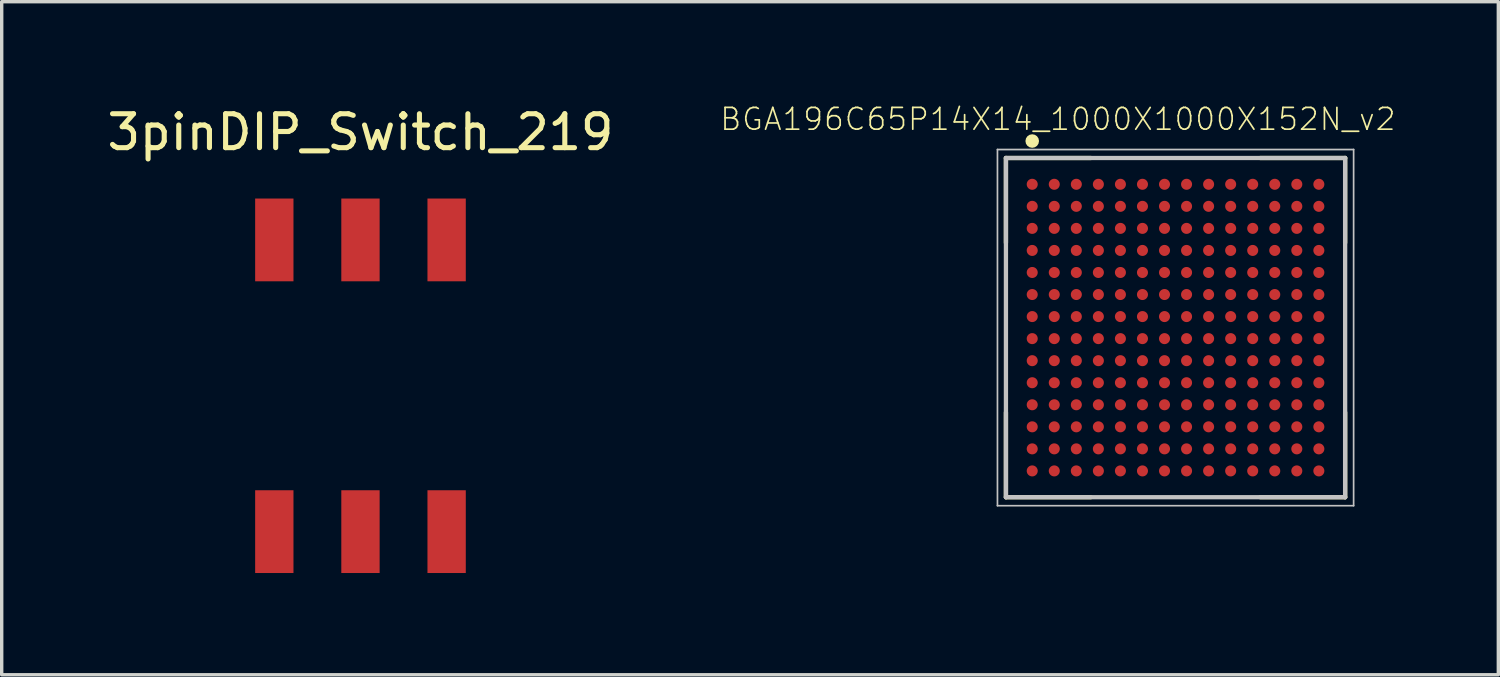
<source format=kicad_pcb>
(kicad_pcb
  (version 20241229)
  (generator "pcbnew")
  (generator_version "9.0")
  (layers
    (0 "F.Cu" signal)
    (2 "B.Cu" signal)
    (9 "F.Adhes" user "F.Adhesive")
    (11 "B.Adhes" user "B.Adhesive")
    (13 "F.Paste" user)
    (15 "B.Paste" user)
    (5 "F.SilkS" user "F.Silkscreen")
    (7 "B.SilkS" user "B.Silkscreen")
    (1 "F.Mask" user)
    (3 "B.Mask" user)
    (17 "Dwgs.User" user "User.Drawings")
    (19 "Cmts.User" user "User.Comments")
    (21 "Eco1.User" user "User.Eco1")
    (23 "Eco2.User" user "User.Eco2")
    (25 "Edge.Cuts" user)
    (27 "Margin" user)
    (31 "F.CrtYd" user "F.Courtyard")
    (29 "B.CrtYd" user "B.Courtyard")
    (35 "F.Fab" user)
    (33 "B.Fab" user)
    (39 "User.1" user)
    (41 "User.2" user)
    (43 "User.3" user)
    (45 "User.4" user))
  (footprint "3pinDIP_Switch_219"
    (layer "F.Cu")
    (at 7.577 8.468)
    (property "Reference" "3pinDIP_Switch_219" (at 0 -7.62 0) (layer "F.SilkS") (effects (font (size 1 1) (thickness 0.15))))
    (attr through_hole)
    (pad "1" smd rect (at -2.54 -4.445) (size 1.13 2.44) (layers "F.Cu" "F.Mask" "F.Paste"))
    (pad "2" smd rect (at 0 -4.445) (size 1.13 2.44) (layers "F.Cu" "F.Mask" "F.Paste"))
    (pad "3" smd rect (at 2.54 -4.445) (size 1.13 2.44) (layers "F.Cu" "F.Mask" "F.Paste"))
    (pad "4" smd rect (at -2.54 4.155) (size 1.13 2.44) (layers "F.Cu" "F.Mask" "F.Paste"))
    (pad "5" smd rect (at 0 4.155) (size 1.13 2.44) (layers "F.Cu" "F.Mask" "F.Paste"))
    (pad "6" smd rect (at 2.54 4.155) (size 1.13 2.44) (layers "F.Cu" "F.Mask" "F.Paste")))
  (footprint "BGA196C65P14X14_1000X1000X152N_v2"
    (layer "F.Cu")
    (at 31.606 6.608)
    (property "Reference" "BGA196C65P14X14_1000X1000X152N_v2" (at -3.467 -6.144 0) (layer "F.SilkS") (effects (font (size 0.642 0.642) (thickness 0.05))))
    (attr smd)
    (fp_line (start -5 -5) (end -5 -2.5) (stroke (width 0.127) (type solid)) (layer "F.SilkS"))
    (fp_line (start -5 -5) (end -2.5 -5) (stroke (width 0.127) (type solid)) (layer "F.SilkS"))
    (fp_line (start -5 5) (end -5 2.5) (stroke (width 0.127) (type solid)) (layer "F.SilkS"))
    (fp_line (start -2.5 5) (end -5 5) (stroke (width 0.127) (type solid)) (layer "F.SilkS"))
    (fp_line (start 2.5 -5) (end 5 -5) (stroke (width 0.127) (type solid)) (layer "F.SilkS"))
    (fp_line (start 5 -5) (end 5 -2.5) (stroke (width 0.127) (type solid)) (layer "F.SilkS"))
    (fp_line (start 5 2.5) (end 5 5) (stroke (width 0.127) (type solid)) (layer "F.SilkS"))
    (fp_line (start 5 5) (end 2.5 5) (stroke (width 0.127) (type solid)) (layer "F.SilkS"))
    (fp_circle (center -4.225 -5.5) (end -4.125 -5.5) (stroke (width 0.2) (type solid)) (fill no) (layer "F.SilkS"))
    (fp_line (start -5.25 -5.25) (end -5.25 5.25) (stroke (width 0.05) (type solid)) (layer "Dwgs.User"))
    (fp_line (start -5.25 5.25) (end 5.25 5.25) (stroke (width 0.05) (type solid)) (layer "Dwgs.User"))
    (fp_line (start -5 -5) (end 5 -5) (stroke (width 0.127) (type solid)) (layer "Dwgs.User"))
    (fp_line (start -5 5) (end -5 -5) (stroke (width 0.127) (type solid)) (layer "Dwgs.User"))
    (fp_line (start 5 -5) (end 5 5) (stroke (width 0.127) (type solid)) (layer "Dwgs.User"))
    (fp_line (start 5 5) (end -5 5) (stroke (width 0.127) (type solid)) (layer "Dwgs.User"))
    (fp_line (start 5.25 -5.25) (end -5.25 -5.25) (stroke (width 0.05) (type solid)) (layer "Dwgs.User"))
    (fp_line (start 5.25 5.25) (end 5.25 -5.25) (stroke (width 0.05) (type solid)) (layer "Dwgs.User"))
    (pad "A1" smd circle (at -4.225 -4.225) (size 0.325 0.325) (layers "F.Cu" "F.Mask" "F.Paste"))
    (pad "A2" smd circle (at -3.575 -4.225) (size 0.325 0.325) (layers "F.Cu" "F.Mask" "F.Paste"))
    (pad "A3" smd circle (at -2.925 -4.225) (size 0.325 0.325) (layers "F.Cu" "F.Mask" "F.Paste"))
    (pad "A4" smd circle (at -2.275 -4.225) (size 0.325 0.325) (layers "F.Cu" "F.Mask" "F.Paste"))
    (pad "A5" smd circle (at -1.625 -4.225) (size 0.325 0.325) (layers "F.Cu" "F.Mask" "F.Paste"))
    (pad "A6" smd circle (at -0.975 -4.225) (size 0.325 0.325) (layers "F.Cu" "F.Mask" "F.Paste"))
    (pad "A7" smd circle (at -0.325 -4.225) (size 0.325 0.325) (layers "F.Cu" "F.Mask" "F.Paste"))
    (pad "A8" smd circle (at 0.325 -4.225) (size 0.325 0.325) (layers "F.Cu" "F.Mask" "F.Paste"))
    (pad "A9" smd circle (at 0.975 -4.225) (size 0.325 0.325) (layers "F.Cu" "F.Mask" "F.Paste"))
    (pad "A10" smd circle (at 1.625 -4.225) (size 0.325 0.325) (layers "F.Cu" "F.Mask" "F.Paste"))
    (pad "A11" smd circle (at 2.275 -4.225) (size 0.325 0.325) (layers "F.Cu" "F.Mask" "F.Paste"))
    (pad "A12" smd circle (at 2.925 -4.225) (size 0.325 0.325) (layers "F.Cu" "F.Mask" "F.Paste"))
    (pad "A13" smd circle (at 3.575 -4.225) (size 0.325 0.325) (layers "F.Cu" "F.Mask" "F.Paste"))
    (pad "A14" smd circle (at 4.225 -4.225) (size 0.325 0.325) (layers "F.Cu" "F.Mask" "F.Paste"))
    (pad "B1" smd circle (at -4.225 -3.575) (size 0.325 0.325) (layers "F.Cu" "F.Mask" "F.Paste"))
    (pad "B2" smd circle (at -3.575 -3.575) (size 0.325 0.325) (layers "F.Cu" "F.Mask" "F.Paste"))
    (pad "B3" smd circle (at -2.925 -3.575) (size 0.325 0.325) (layers "F.Cu" "F.Mask" "F.Paste"))
    (pad "B4" smd circle (at -2.275 -3.575) (size 0.325 0.325) (layers "F.Cu" "F.Mask" "F.Paste"))
    (pad "B5" smd circle (at -1.625 -3.575) (size 0.325 0.325) (layers "F.Cu" "F.Mask" "F.Paste"))
    (pad "B6" smd circle (at -0.975 -3.575) (size 0.325 0.325) (layers "F.Cu" "F.Mask" "F.Paste"))
    (pad "B7" smd circle (at -0.325 -3.575) (size 0.325 0.325) (layers "F.Cu" "F.Mask" "F.Paste"))
    (pad "B8" smd circle (at 0.325 -3.575) (size 0.325 0.325) (layers "F.Cu" "F.Mask" "F.Paste"))
    (pad "B9" smd circle (at 0.975 -3.575) (size 0.325 0.325) (layers "F.Cu" "F.Mask" "F.Paste"))
    (pad "B10" smd circle (at 1.625 -3.575) (size 0.325 0.325) (layers "F.Cu" "F.Mask" "F.Paste"))
    (pad "B11" smd circle (at 2.275 -3.575) (size 0.325 0.325) (layers "F.Cu" "F.Mask" "F.Paste"))
    (pad "B12" smd circle (at 2.925 -3.575) (size 0.325 0.325) (layers "F.Cu" "F.Mask" "F.Paste"))
    (pad "B13" smd circle (at 3.575 -3.575) (size 0.325 0.325) (layers "F.Cu" "F.Mask" "F.Paste"))
    (pad "B14" smd circle (at 4.225 -3.575) (size 0.325 0.325) (layers "F.Cu" "F.Mask" "F.Paste"))
    (pad "C1" smd circle (at -4.225 -2.925) (size 0.325 0.325) (layers "F.Cu" "F.Mask" "F.Paste"))
    (pad "C2" smd circle (at -3.575 -2.925) (size 0.325 0.325) (layers "F.Cu" "F.Mask" "F.Paste"))
    (pad "C3" smd circle (at -2.925 -2.925) (size 0.325 0.325) (layers "F.Cu" "F.Mask" "F.Paste"))
    (pad "C4" smd circle (at -2.275 -2.925) (size 0.325 0.325) (layers "F.Cu" "F.Mask" "F.Paste"))
    (pad "C5" smd circle (at -1.625 -2.925) (size 0.325 0.325) (layers "F.Cu" "F.Mask" "F.Paste"))
    (pad "C6" smd circle (at -0.975 -2.925) (size 0.325 0.325) (layers "F.Cu" "F.Mask" "F.Paste"))
    (pad "C7" smd circle (at -0.325 -2.925) (size 0.325 0.325) (layers "F.Cu" "F.Mask" "F.Paste"))
    (pad "C8" smd circle (at 0.325 -2.925) (size 0.325 0.325) (layers "F.Cu" "F.Mask" "F.Paste"))
    (pad "C9" smd circle (at 0.975 -2.925) (size 0.325 0.325) (layers "F.Cu" "F.Mask" "F.Paste"))
    (pad "C10" smd circle (at 1.625 -2.925) (size 0.325 0.325) (layers "F.Cu" "F.Mask" "F.Paste"))
    (pad "C11" smd circle (at 2.275 -2.925) (size 0.325 0.325) (layers "F.Cu" "F.Mask" "F.Paste"))
    (pad "C12" smd circle (at 2.925 -2.925) (size 0.325 0.325) (layers "F.Cu" "F.Mask" "F.Paste"))
    (pad "C13" smd circle (at 3.575 -2.925) (size 0.325 0.325) (layers "F.Cu" "F.Mask" "F.Paste"))
    (pad "C14" smd circle (at 4.225 -2.925) (size 0.325 0.325) (layers "F.Cu" "F.Mask" "F.Paste"))
    (pad "D1" smd circle (at -4.225 -2.275) (size 0.325 0.325) (layers "F.Cu" "F.Mask" "F.Paste"))
    (pad "D2" smd circle (at -3.575 -2.275) (size 0.325 0.325) (layers "F.Cu" "F.Mask" "F.Paste"))
    (pad "D3" smd circle (at -2.925 -2.275) (size 0.325 0.325) (layers "F.Cu" "F.Mask" "F.Paste"))
    (pad "D4" smd circle (at -2.275 -2.275) (size 0.325 0.325) (layers "F.Cu" "F.Mask" "F.Paste"))
    (pad "D5" smd circle (at -1.625 -2.275) (size 0.325 0.325) (layers "F.Cu" "F.Mask" "F.Paste"))
    (pad "D6" smd circle (at -0.975 -2.275) (size 0.325 0.325) (layers "F.Cu" "F.Mask" "F.Paste"))
    (pad "D7" smd circle (at -0.325 -2.275) (size 0.325 0.325) (layers "F.Cu" "F.Mask" "F.Paste"))
    (pad "D8" smd circle (at 0.325 -2.275) (size 0.325 0.325) (layers "F.Cu" "F.Mask" "F.Paste"))
    (pad "D9" smd circle (at 0.975 -2.275) (size 0.325 0.325) (layers "F.Cu" "F.Mask" "F.Paste"))
    (pad "D10" smd circle (at 1.625 -2.275) (size 0.325 0.325) (layers "F.Cu" "F.Mask" "F.Paste"))
    (pad "D11" smd circle (at 2.275 -2.275) (size 0.325 0.325) (layers "F.Cu" "F.Mask" "F.Paste"))
    (pad "D12" smd circle (at 2.925 -2.275) (size 0.325 0.325) (layers "F.Cu" "F.Mask" "F.Paste"))
    (pad "D13" smd circle (at 3.575 -2.275) (size 0.325 0.325) (layers "F.Cu" "F.Mask" "F.Paste"))
    (pad "D14" smd circle (at 4.225 -2.275) (size 0.325 0.325) (layers "F.Cu" "F.Mask" "F.Paste"))
    (pad "E1" smd circle (at -4.225 -1.625) (size 0.325 0.325) (layers "F.Cu" "F.Mask" "F.Paste"))
    (pad "E2" smd circle (at -3.575 -1.625) (size 0.325 0.325) (layers "F.Cu" "F.Mask" "F.Paste"))
    (pad "E3" smd circle (at -2.925 -1.625) (size 0.325 0.325) (layers "F.Cu" "F.Mask" "F.Paste"))
    (pad "E4" smd circle (at -2.275 -1.625) (size 0.325 0.325) (layers "F.Cu" "F.Mask" "F.Paste"))
    (pad "E5" smd circle (at -1.625 -1.625) (size 0.325 0.325) (layers "F.Cu" "F.Mask" "F.Paste"))
    (pad "E6" smd circle (at -0.975 -1.625) (size 0.325 0.325) (layers "F.Cu" "F.Mask" "F.Paste"))
    (pad "E7" smd circle (at -0.325 -1.625) (size 0.325 0.325) (layers "F.Cu" "F.Mask" "F.Paste"))
    (pad "E8" smd circle (at 0.325 -1.625) (size 0.325 0.325) (layers "F.Cu" "F.Mask" "F.Paste"))
    (pad "E9" smd circle (at 0.975 -1.625) (size 0.325 0.325) (layers "F.Cu" "F.Mask" "F.Paste"))
    (pad "E10" smd circle (at 1.625 -1.625) (size 0.325 0.325) (layers "F.Cu" "F.Mask" "F.Paste"))
    (pad "E11" smd circle (at 2.275 -1.625) (size 0.325 0.325) (layers "F.Cu" "F.Mask" "F.Paste"))
    (pad "E12" smd circle (at 2.925 -1.625) (size 0.325 0.325) (layers "F.Cu" "F.Mask" "F.Paste"))
    (pad "E13" smd circle (at 3.575 -1.625) (size 0.325 0.325) (layers "F.Cu" "F.Mask" "F.Paste"))
    (pad "E14" smd circle (at 4.225 -1.625) (size 0.325 0.325) (layers "F.Cu" "F.Mask" "F.Paste"))
    (pad "F1" smd circle (at -4.225 -0.975) (size 0.325 0.325) (layers "F.Cu" "F.Mask" "F.Paste"))
    (pad "F2" smd circle (at -3.575 -0.975) (size 0.325 0.325) (layers "F.Cu" "F.Mask" "F.Paste"))
    (pad "F3" smd circle (at -2.925 -0.975) (size 0.325 0.325) (layers "F.Cu" "F.Mask" "F.Paste"))
    (pad "F4" smd circle (at -2.275 -0.975) (size 0.325 0.325) (layers "F.Cu" "F.Mask" "F.Paste"))
    (pad "F5" smd circle (at -1.625 -0.975) (size 0.325 0.325) (layers "F.Cu" "F.Mask" "F.Paste"))
    (pad "F6" smd circle (at -0.975 -0.975) (size 0.325 0.325) (layers "F.Cu" "F.Mask" "F.Paste"))
    (pad "F7" smd circle (at -0.325 -0.975) (size 0.325 0.325) (layers "F.Cu" "F.Mask" "F.Paste"))
    (pad "F8" smd circle (at 0.325 -0.975) (size 0.325 0.325) (layers "F.Cu" "F.Mask" "F.Paste"))
    (pad "F9" smd circle (at 0.975 -0.975) (size 0.325 0.325) (layers "F.Cu" "F.Mask" "F.Paste"))
    (pad "F10" smd circle (at 1.625 -0.975) (size 0.325 0.325) (layers "F.Cu" "F.Mask" "F.Paste"))
    (pad "F11" smd circle (at 2.275 -0.975) (size 0.325 0.325) (layers "F.Cu" "F.Mask" "F.Paste"))
    (pad "F12" smd circle (at 2.925 -0.975) (size 0.325 0.325) (layers "F.Cu" "F.Mask" "F.Paste"))
    (pad "F13" smd circle (at 3.575 -0.975) (size 0.325 0.325) (layers "F.Cu" "F.Mask" "F.Paste"))
    (pad "F14" smd circle (at 4.225 -0.975) (size 0.325 0.325) (layers "F.Cu" "F.Mask" "F.Paste"))
    (pad "G1" smd circle (at -4.225 -0.325) (size 0.325 0.325) (layers "F.Cu" "F.Mask" "F.Paste"))
    (pad "G2" smd circle (at -3.575 -0.325) (size 0.325 0.325) (layers "F.Cu" "F.Mask" "F.Paste"))
    (pad "G3" smd circle (at -2.925 -0.325) (size 0.325 0.325) (layers "F.Cu" "F.Mask" "F.Paste"))
    (pad "G4" smd circle (at -2.275 -0.325) (size 0.325 0.325) (layers "F.Cu" "F.Mask" "F.Paste"))
    (pad "G5" smd circle (at -1.625 -0.325) (size 0.325 0.325) (layers "F.Cu" "F.Mask" "F.Paste"))
    (pad "G6" smd circle (at -0.975 -0.325) (size 0.325 0.325) (layers "F.Cu" "F.Mask" "F.Paste"))
    (pad "G7" smd circle (at -0.325 -0.325) (size 0.325 0.325) (layers "F.Cu" "F.Mask" "F.Paste"))
    (pad "G8" smd circle (at 0.325 -0.325) (size 0.325 0.325) (layers "F.Cu" "F.Mask" "F.Paste"))
    (pad "G9" smd circle (at 0.975 -0.325) (size 0.325 0.325) (layers "F.Cu" "F.Mask" "F.Paste"))
    (pad "G10" smd circle (at 1.625 -0.325) (size 0.325 0.325) (layers "F.Cu" "F.Mask" "F.Paste"))
    (pad "G11" smd circle (at 2.275 -0.325) (size 0.325 0.325) (layers "F.Cu" "F.Mask" "F.Paste"))
    (pad "G12" smd circle (at 2.925 -0.325) (size 0.325 0.325) (layers "F.Cu" "F.Mask" "F.Paste"))
    (pad "G13" smd circle (at 3.575 -0.325) (size 0.325 0.325) (layers "F.Cu" "F.Mask" "F.Paste"))
    (pad "G14" smd circle (at 4.225 -0.325) (size 0.325 0.325) (layers "F.Cu" "F.Mask" "F.Paste"))
    (pad "H1" smd circle (at -4.225 0.325) (size 0.325 0.325) (layers "F.Cu" "F.Mask" "F.Paste"))
    (pad "H2" smd circle (at -3.575 0.325) (size 0.325 0.325) (layers "F.Cu" "F.Mask" "F.Paste"))
    (pad "H3" smd circle (at -2.925 0.325) (size 0.325 0.325) (layers "F.Cu" "F.Mask" "F.Paste"))
    (pad "H4" smd circle (at -2.275 0.325) (size 0.325 0.325) (layers "F.Cu" "F.Mask" "F.Paste"))
    (pad "H5" smd circle (at -1.625 0.325) (size 0.325 0.325) (layers "F.Cu" "F.Mask" "F.Paste"))
    (pad "H6" smd circle (at -0.975 0.325) (size 0.325 0.325) (layers "F.Cu" "F.Mask" "F.Paste"))
    (pad "H7" smd circle (at -0.325 0.325) (size 0.325 0.325) (layers "F.Cu" "F.Mask" "F.Paste"))
    (pad "H8" smd circle (at 0.325 0.325) (size 0.325 0.325) (layers "F.Cu" "F.Mask" "F.Paste"))
    (pad "H9" smd circle (at 0.975 0.325) (size 0.325 0.325) (layers "F.Cu" "F.Mask" "F.Paste"))
    (pad "H10" smd circle (at 1.625 0.325) (size 0.325 0.325) (layers "F.Cu" "F.Mask" "F.Paste"))
    (pad "H11" smd circle (at 2.275 0.325) (size 0.325 0.325) (layers "F.Cu" "F.Mask" "F.Paste"))
    (pad "H12" smd circle (at 2.925 0.325) (size 0.325 0.325) (layers "F.Cu" "F.Mask" "F.Paste"))
    (pad "H13" smd circle (at 3.575 0.325) (size 0.325 0.325) (layers "F.Cu" "F.Mask" "F.Paste"))
    (pad "H14" smd circle (at 4.225 0.325) (size 0.325 0.325) (layers "F.Cu" "F.Mask" "F.Paste"))
    (pad "J1" smd circle (at -4.225 0.975) (size 0.325 0.325) (layers "F.Cu" "F.Mask" "F.Paste"))
    (pad "J2" smd circle (at -3.575 0.975) (size 0.325 0.325) (layers "F.Cu" "F.Mask" "F.Paste"))
    (pad "J3" smd circle (at -2.925 0.975) (size 0.325 0.325) (layers "F.Cu" "F.Mask" "F.Paste"))
    (pad "J4" smd circle (at -2.275 0.975) (size 0.325 0.325) (layers "F.Cu" "F.Mask" "F.Paste"))
    (pad "J5" smd circle (at -1.625 0.975) (size 0.325 0.325) (layers "F.Cu" "F.Mask" "F.Paste"))
    (pad "J6" smd circle (at -0.975 0.975) (size 0.325 0.325) (layers "F.Cu" "F.Mask" "F.Paste"))
    (pad "J7" smd circle (at -0.325 0.975) (size 0.325 0.325) (layers "F.Cu" "F.Mask" "F.Paste"))
    (pad "J8" smd circle (at 0.325 0.975) (size 0.325 0.325) (layers "F.Cu" "F.Mask" "F.Paste"))
    (pad "J9" smd circle (at 0.975 0.975) (size 0.325 0.325) (layers "F.Cu" "F.Mask" "F.Paste"))
    (pad "J10" smd circle (at 1.625 0.975) (size 0.325 0.325) (layers "F.Cu" "F.Mask" "F.Paste"))
    (pad "J11" smd circle (at 2.275 0.975) (size 0.325 0.325) (layers "F.Cu" "F.Mask" "F.Paste"))
    (pad "J12" smd circle (at 2.925 0.975) (size 0.325 0.325) (layers "F.Cu" "F.Mask" "F.Paste"))
    (pad "J13" smd circle (at 3.575 0.975) (size 0.325 0.325) (layers "F.Cu" "F.Mask" "F.Paste"))
    (pad "J14" smd circle (at 4.225 0.975) (size 0.325 0.325) (layers "F.Cu" "F.Mask" "F.Paste"))
    (pad "K1" smd circle (at -4.225 1.625) (size 0.325 0.325) (layers "F.Cu" "F.Mask" "F.Paste"))
    (pad "K2" smd circle (at -3.575 1.625) (size 0.325 0.325) (layers "F.Cu" "F.Mask" "F.Paste"))
    (pad "K3" smd circle (at -2.925 1.625) (size 0.325 0.325) (layers "F.Cu" "F.Mask" "F.Paste"))
    (pad "K4" smd circle (at -2.275 1.625) (size 0.325 0.325) (layers "F.Cu" "F.Mask" "F.Paste"))
    (pad "K5" smd circle (at -1.625 1.625) (size 0.325 0.325) (layers "F.Cu" "F.Mask" "F.Paste"))
    (pad "K6" smd circle (at -0.975 1.625) (size 0.325 0.325) (layers "F.Cu" "F.Mask" "F.Paste"))
    (pad "K7" smd circle (at -0.325 1.625) (size 0.325 0.325) (layers "F.Cu" "F.Mask" "F.Paste"))
    (pad "K8" smd circle (at 0.325 1.625) (size 0.325 0.325) (layers "F.Cu" "F.Mask" "F.Paste"))
    (pad "K9" smd circle (at 0.975 1.625) (size 0.325 0.325) (layers "F.Cu" "F.Mask" "F.Paste"))
    (pad "K10" smd circle (at 1.625 1.625) (size 0.325 0.325) (layers "F.Cu" "F.Mask" "F.Paste"))
    (pad "K11" smd circle (at 2.275 1.625) (size 0.325 0.325) (layers "F.Cu" "F.Mask" "F.Paste"))
    (pad "K12" smd circle (at 2.925 1.625) (size 0.325 0.325) (layers "F.Cu" "F.Mask" "F.Paste"))
    (pad "K13" smd circle (at 3.575 1.625) (size 0.325 0.325) (layers "F.Cu" "F.Mask" "F.Paste"))
    (pad "K14" smd circle (at 4.225 1.625) (size 0.325 0.325) (layers "F.Cu" "F.Mask" "F.Paste"))
    (pad "L1" smd circle (at -4.225 2.275) (size 0.325 0.325) (layers "F.Cu" "F.Mask" "F.Paste"))
    (pad "L2" smd circle (at -3.575 2.275) (size 0.325 0.325) (layers "F.Cu" "F.Mask" "F.Paste"))
    (pad "L3" smd circle (at -2.925 2.275) (size 0.325 0.325) (layers "F.Cu" "F.Mask" "F.Paste"))
    (pad "L4" smd circle (at -2.275 2.275) (size 0.325 0.325) (layers "F.Cu" "F.Mask" "F.Paste"))
    (pad "L5" smd circle (at -1.625 2.275) (size 0.325 0.325) (layers "F.Cu" "F.Mask" "F.Paste"))
    (pad "L6" smd circle (at -0.975 2.275) (size 0.325 0.325) (layers "F.Cu" "F.Mask" "F.Paste"))
    (pad "L7" smd circle (at -0.325 2.275) (size 0.325 0.325) (layers "F.Cu" "F.Mask" "F.Paste"))
    (pad "L8" smd circle (at 0.325 2.275) (size 0.325 0.325) (layers "F.Cu" "F.Mask" "F.Paste"))
    (pad "L9" smd circle (at 0.975 2.275) (size 0.325 0.325) (layers "F.Cu" "F.Mask" "F.Paste"))
    (pad "L10" smd circle (at 1.625 2.275) (size 0.325 0.325) (layers "F.Cu" "F.Mask" "F.Paste"))
    (pad "L11" smd circle (at 2.275 2.275) (size 0.325 0.325) (layers "F.Cu" "F.Mask" "F.Paste"))
    (pad "L12" smd circle (at 2.925 2.275) (size 0.325 0.325) (layers "F.Cu" "F.Mask" "F.Paste"))
    (pad "L13" smd circle (at 3.575 2.275) (size 0.325 0.325) (layers "F.Cu" "F.Mask" "F.Paste"))
    (pad "L14" smd circle (at 4.225 2.275) (size 0.325 0.325) (layers "F.Cu" "F.Mask" "F.Paste"))
    (pad "M1" smd circle (at -4.225 2.925) (size 0.325 0.325) (layers "F.Cu" "F.Mask" "F.Paste"))
    (pad "M2" smd circle (at -3.575 2.925) (size 0.325 0.325) (layers "F.Cu" "F.Mask" "F.Paste"))
    (pad "M3" smd circle (at -2.925 2.925) (size 0.325 0.325) (layers "F.Cu" "F.Mask" "F.Paste"))
    (pad "M4" smd circle (at -2.275 2.925) (size 0.325 0.325) (layers "F.Cu" "F.Mask" "F.Paste"))
    (pad "M5" smd circle (at -1.625 2.925) (size 0.325 0.325) (layers "F.Cu" "F.Mask" "F.Paste"))
    (pad "M6" smd circle (at -0.975 2.925) (size 0.325 0.325) (layers "F.Cu" "F.Mask" "F.Paste"))
    (pad "M7" smd circle (at -0.325 2.925) (size 0.325 0.325) (layers "F.Cu" "F.Mask" "F.Paste"))
    (pad "M8" smd circle (at 0.325 2.925) (size 0.325 0.325) (layers "F.Cu" "F.Mask" "F.Paste"))
    (pad "M9" smd circle (at 0.975 2.925) (size 0.325 0.325) (layers "F.Cu" "F.Mask" "F.Paste"))
    (pad "M10" smd circle (at 1.625 2.925) (size 0.325 0.325) (layers "F.Cu" "F.Mask" "F.Paste"))
    (pad "M11" smd circle (at 2.275 2.925) (size 0.325 0.325) (layers "F.Cu" "F.Mask" "F.Paste"))
    (pad "M12" smd circle (at 2.925 2.925) (size 0.325 0.325) (layers "F.Cu" "F.Mask" "F.Paste"))
    (pad "M13" smd circle (at 3.575 2.925) (size 0.325 0.325) (layers "F.Cu" "F.Mask" "F.Paste"))
    (pad "M14" smd circle (at 4.225 2.925) (size 0.325 0.325) (layers "F.Cu" "F.Mask" "F.Paste"))
    (pad "N1" smd circle (at -4.225 3.575) (size 0.325 0.325) (layers "F.Cu" "F.Mask" "F.Paste"))
    (pad "N2" smd circle (at -3.575 3.575) (size 0.325 0.325) (layers "F.Cu" "F.Mask" "F.Paste"))
    (pad "N3" smd circle (at -2.925 3.575) (size 0.325 0.325) (layers "F.Cu" "F.Mask" "F.Paste"))
    (pad "N4" smd circle (at -2.275 3.575) (size 0.325 0.325) (layers "F.Cu" "F.Mask" "F.Paste"))
    (pad "N5" smd circle (at -1.625 3.575) (size 0.325 0.325) (layers "F.Cu" "F.Mask" "F.Paste"))
    (pad "N6" smd circle (at -0.975 3.575) (size 0.325 0.325) (layers "F.Cu" "F.Mask" "F.Paste"))
    (pad "N7" smd circle (at -0.325 3.575) (size 0.325 0.325) (layers "F.Cu" "F.Mask" "F.Paste"))
    (pad "N8" smd circle (at 0.325 3.575) (size 0.325 0.325) (layers "F.Cu" "F.Mask" "F.Paste"))
    (pad "N9" smd circle (at 0.975 3.575) (size 0.325 0.325) (layers "F.Cu" "F.Mask" "F.Paste"))
    (pad "N10" smd circle (at 1.625 3.575) (size 0.325 0.325) (layers "F.Cu" "F.Mask" "F.Paste"))
    (pad "N11" smd circle (at 2.275 3.575) (size 0.325 0.325) (layers "F.Cu" "F.Mask" "F.Paste"))
    (pad "N12" smd circle (at 2.925 3.575) (size 0.325 0.325) (layers "F.Cu" "F.Mask" "F.Paste"))
    (pad "N13" smd circle (at 3.575 3.575) (size 0.325 0.325) (layers "F.Cu" "F.Mask" "F.Paste"))
    (pad "N14" smd circle (at 4.225 3.575) (size 0.325 0.325) (layers "F.Cu" "F.Mask" "F.Paste"))
    (pad "P1" smd circle (at -4.225 4.225) (size 0.325 0.325) (layers "F.Cu" "F.Mask" "F.Paste"))
    (pad "P2" smd circle (at -3.575 4.225) (size 0.325 0.325) (layers "F.Cu" "F.Mask" "F.Paste"))
    (pad "P3" smd circle (at -2.925 4.225) (size 0.325 0.325) (layers "F.Cu" "F.Mask" "F.Paste"))
    (pad "P4" smd circle (at -2.275 4.225) (size 0.325 0.325) (layers "F.Cu" "F.Mask" "F.Paste"))
    (pad "P5" smd circle (at -1.625 4.225) (size 0.325 0.325) (layers "F.Cu" "F.Mask" "F.Paste"))
    (pad "P6" smd circle (at -0.975 4.225) (size 0.325 0.325) (layers "F.Cu" "F.Mask" "F.Paste"))
    (pad "P7" smd circle (at -0.325 4.225) (size 0.325 0.325) (layers "F.Cu" "F.Mask" "F.Paste"))
    (pad "P8" smd circle (at 0.325 4.225) (size 0.325 0.325) (layers "F.Cu" "F.Mask" "F.Paste"))
    (pad "P9" smd circle (at 0.975 4.225) (size 0.325 0.325) (layers "F.Cu" "F.Mask" "F.Paste"))
    (pad "P10" smd circle (at 1.625 4.225) (size 0.325 0.325) (layers "F.Cu" "F.Mask" "F.Paste"))
    (pad "P11" smd circle (at 2.275 4.225) (size 0.325 0.325) (layers "F.Cu" "F.Mask" "F.Paste"))
    (pad "P12" smd circle (at 2.925 4.225) (size 0.325 0.325) (layers "F.Cu" "F.Mask" "F.Paste"))
    (pad "P13" smd circle (at 3.575 4.225) (size 0.325 0.325) (layers "F.Cu" "F.Mask" "F.Paste"))
    (pad "P14" smd circle (at 4.225 4.225) (size 0.325 0.325) (layers "F.Cu" "F.Mask" "F.Paste")))
  (gr_rect
    (start -3 -3)
    (end 41.122 16.843)
    (stroke (width 0.1) (type default))
    (fill no)
    (layer "Edge.Cuts")))
</source>
